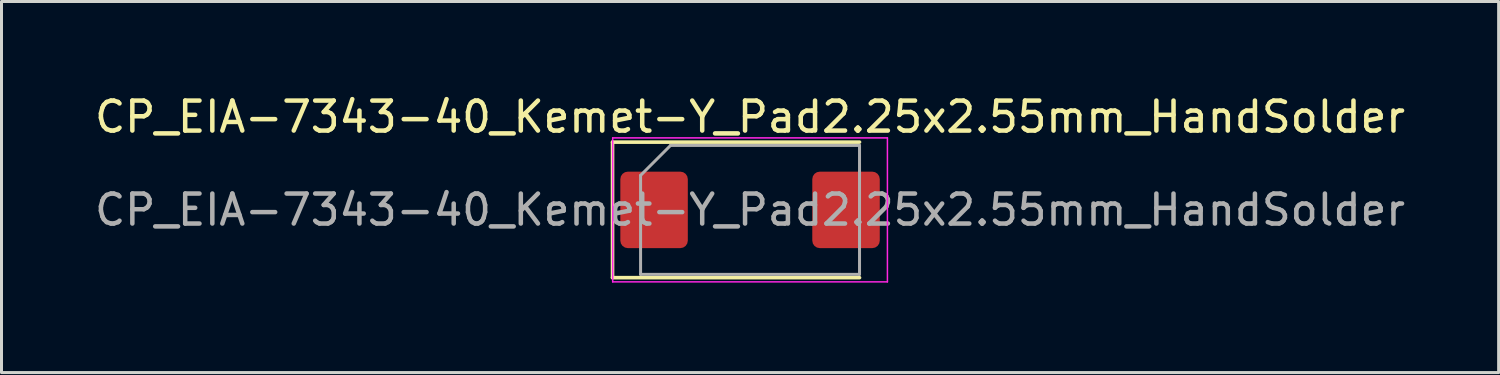
<source format=kicad_pcb>
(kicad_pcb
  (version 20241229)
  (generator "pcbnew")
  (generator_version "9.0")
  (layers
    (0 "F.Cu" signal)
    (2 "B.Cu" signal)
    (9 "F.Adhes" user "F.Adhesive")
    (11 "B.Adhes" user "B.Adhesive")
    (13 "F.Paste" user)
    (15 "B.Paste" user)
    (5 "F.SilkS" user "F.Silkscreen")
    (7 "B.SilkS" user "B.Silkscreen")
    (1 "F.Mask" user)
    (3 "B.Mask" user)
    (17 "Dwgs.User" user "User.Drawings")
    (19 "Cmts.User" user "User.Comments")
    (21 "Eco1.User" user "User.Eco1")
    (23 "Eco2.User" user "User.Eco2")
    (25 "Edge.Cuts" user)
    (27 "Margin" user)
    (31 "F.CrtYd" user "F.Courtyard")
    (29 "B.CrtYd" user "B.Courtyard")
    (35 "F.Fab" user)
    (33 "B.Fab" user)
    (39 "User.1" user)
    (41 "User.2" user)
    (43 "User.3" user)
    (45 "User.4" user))
  (footprint "CP_EIA-7343-40_Kemet-Y_Pad2.25x2.55mm_HandSolder"
    (layer "F.Cu")
    (at 21.958 3.948)
    (property "Reference" "CP_EIA-7343-40_Kemet-Y_Pad2.25x2.55mm_HandSolder" (at 0 -3.1 0) (layer "F.SilkS") (effects (font (size 1 1) (thickness 0.15))))
    (attr smd)
    (fp_line (start -4.585 -2.26) (end -4.585 2.26) (stroke (width 0.12) (type solid)) (layer "F.SilkS"))
    (fp_line (start -4.585 2.26) (end 3.65 2.26) (stroke (width 0.12) (type solid)) (layer "F.SilkS"))
    (fp_line (start 3.65 -2.26) (end -4.585 -2.26) (stroke (width 0.12) (type solid)) (layer "F.SilkS"))
    (fp_line (start -4.58 -2.4) (end 4.58 -2.4) (stroke (width 0.05) (type solid)) (layer "F.CrtYd"))
    (fp_line (start -4.58 2.4) (end -4.58 -2.4) (stroke (width 0.05) (type solid)) (layer "F.CrtYd"))
    (fp_line (start 4.58 -2.4) (end 4.58 2.4) (stroke (width 0.05) (type solid)) (layer "F.CrtYd"))
    (fp_line (start 4.58 2.4) (end -4.58 2.4) (stroke (width 0.05) (type solid)) (layer "F.CrtYd"))
    (fp_line (start -3.65 -1.15) (end -3.65 2.15) (stroke (width 0.1) (type solid)) (layer "F.Fab"))
    (fp_line (start -3.65 2.15) (end 3.65 2.15) (stroke (width 0.1) (type solid)) (layer "F.Fab"))
    (fp_line (start -2.65 -2.15) (end -3.65 -1.15) (stroke (width 0.1) (type solid)) (layer "F.Fab"))
    (fp_line (start 3.65 -2.15) (end -2.65 -2.15) (stroke (width 0.1) (type solid)) (layer "F.Fab"))
    (fp_line (start 3.65 2.15) (end 3.65 -2.15) (stroke (width 0.1) (type solid)) (layer "F.Fab"))
    (fp_text user "${REFERENCE}" (at 0 0 0) (layer "F.Fab") (effects (font (size 1 1) (thickness 0.15))))
    (pad "1" smd roundrect (at -3.2 0) (size 2.25 2.55) (layers "F.Cu" "F.Mask" "F.Paste") (roundrect_rratio 0.111))
    (pad "2" smd roundrect (at 3.2 0) (size 2.25 2.55) (layers "F.Cu" "F.Mask" "F.Paste") (roundrect_rratio 0.111)))
  (gr_rect
    (start -3 -3)
    (end 46.917 9.373)
    (stroke (width 0.1) (type default))
    (fill no)
    (layer "Edge.Cuts")))
</source>
